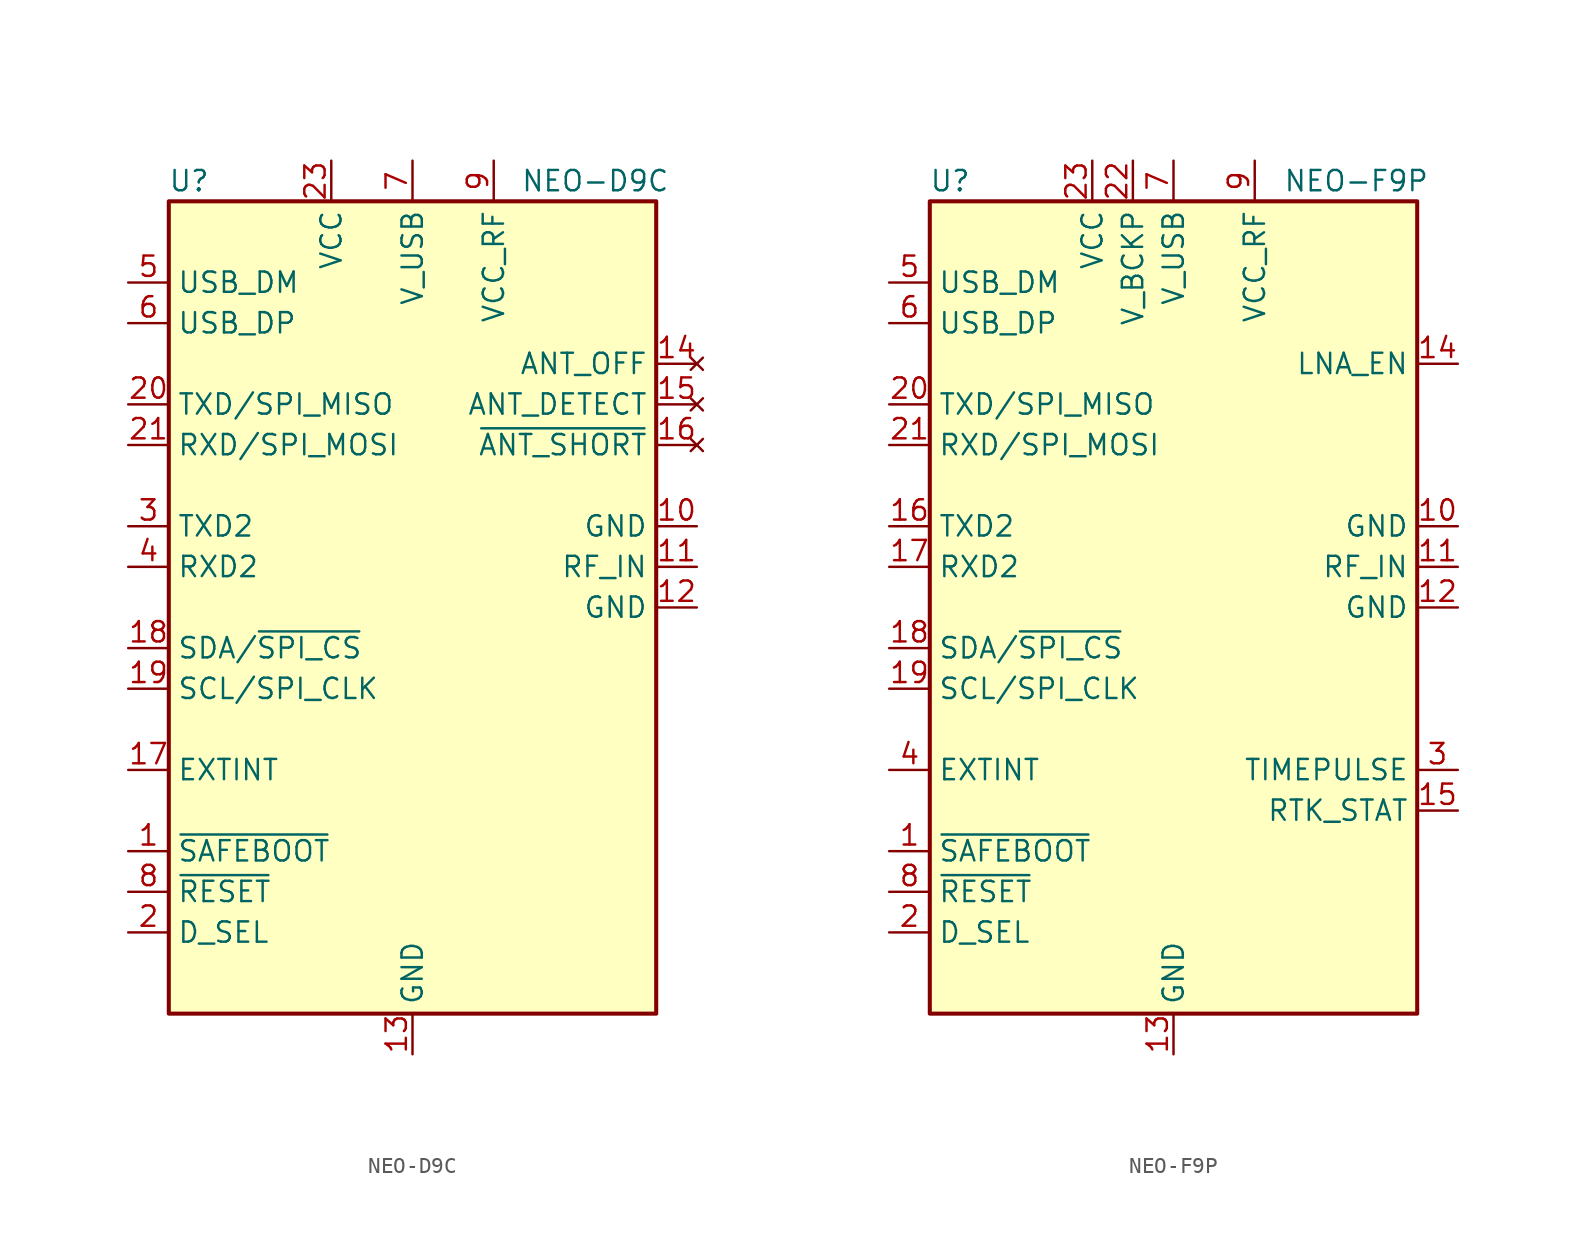
<source format=kicad_sym>
(kicad_symbol_lib
  (version 20231120)
  (generator "kicad_symbol_editor")
  (generator_version "8.0")
  (symbol "NEO-D9C"
    (property "Reference" "U"
      (at -13.97 26.67 0)
      (effects (font (size 1.27 1.27))))
    (property "Value" "NEO-D9C"
      (at 11.43 26.67 0)
      (effects (font (size 1.27 1.27))))
    (symbol "NEO-D9C_0_1"
      (rectangle (start -15.24 25.4) (end 15.24 -25.4) (stroke (width 0.254) (type default)) (fill (type background))))
    (symbol "NEO-D9C_1_1"
      (pin input line (at -17.78 -15.24 0) (length 2.54) (name "~{SAFEBOOT}" (effects (font (size 1.27 1.27)))) (number "1" (effects (font (size 1.27 1.27)))))
      (pin power_in line (at 17.78 5.08 180) (length 2.54) (name "GND" (effects (font (size 1.27 1.27)))) (number "10" (effects (font (size 1.27 1.27)))))
      (pin input line (at 17.78 2.54 180) (length 2.54) (name "RF_IN" (effects (font (size 1.27 1.27)))) (number "11" (effects (font (size 1.27 1.27)))))
      (pin power_in line (at 17.78 0 180) (length 2.54) (name "GND" (effects (font (size 1.27 1.27)))) (number "12" (effects (font (size 1.27 1.27)))))
      (pin power_in line (at 0 -27.94 90) (length 2.54) (name "GND" (effects (font (size 1.27 1.27)))) (number "13" (effects (font (size 1.27 1.27)))))
      (pin no_connect line (at 17.78 15.24 180) (length 2.54) (name "ANT_OFF" (effects (font (size 1.27 1.27)))) (number "14" (effects (font (size 1.27 1.27)))))
      (pin no_connect line (at 17.78 12.7 180) (length 2.54) (name "ANT_DETECT" (effects (font (size 1.27 1.27)))) (number "15" (effects (font (size 1.27 1.27)))))
      (pin no_connect line (at 17.78 10.16 180) (length 2.54) (name "~{ANT_SHORT}" (effects (font (size 1.27 1.27)))) (number "16" (effects (font (size 1.27 1.27)))))
      (pin input line (at -17.78 -10.16 0) (length 2.54) (name "EXTINT" (effects (font (size 1.27 1.27)))) (number "17" (effects (font (size 1.27 1.27)))))
      (pin bidirectional line (at -17.78 -2.54 0) (length 2.54) (name "SDA/~{SPI_CS}" (effects (font (size 1.27 1.27)))) (number "18" (effects (font (size 1.27 1.27)))))
      (pin bidirectional line (at -17.78 -5.08 0) (length 2.54) (name "SCL/SPI_CLK" (effects (font (size 1.27 1.27)))) (number "19" (effects (font (size 1.27 1.27)))))
      (pin input line (at -17.78 -20.32 0) (length 2.54) (name "D_SEL" (effects (font (size 1.27 1.27)))) (number "2" (effects (font (size 1.27 1.27)))))
      (pin output line (at -17.78 12.7 0) (length 2.54) (name "TXD/SPI_MISO" (effects (font (size 1.27 1.27)))) (number "20" (effects (font (size 1.27 1.27)))))
      (pin input line (at -17.78 10.16 0) (length 2.54) (name "RXD/SPI_MOSI" (effects (font (size 1.27 1.27)))) (number "21" (effects (font (size 1.27 1.27)))))
      (pin no_connect line (at -2.54 27.94 270) (length 2.54) hide (name "Reserved" (effects (font (size 1.27 1.27)))) (number "22" (effects (font (size 1.27 1.27)))))
      (pin power_in line (at -5.08 27.94 270) (length 2.54) (name "VCC" (effects (font (size 1.27 1.27)))) (number "23" (effects (font (size 1.27 1.27)))))
      (pin passive line (at 0 -27.94 90) (length 2.54) hide (name "GND" (effects (font (size 1.27 1.27)))) (number "24" (effects (font (size 1.27 1.27)))))
      (pin output line (at -17.78 5.08 0) (length 2.54) (name "TXD2" (effects (font (size 1.27 1.27)))) (number "3" (effects (font (size 1.27 1.27)))))
      (pin input line (at -17.78 2.54 0) (length 2.54) (name "RXD2" (effects (font (size 1.27 1.27)))) (number "4" (effects (font (size 1.27 1.27)))))
      (pin bidirectional line (at -17.78 20.32 0) (length 2.54) (name "USB_DM" (effects (font (size 1.27 1.27)))) (number "5" (effects (font (size 1.27 1.27)))))
      (pin bidirectional line (at -17.78 17.78 0) (length 2.54) (name "USB_DP" (effects (font (size 1.27 1.27)))) (number "6" (effects (font (size 1.27 1.27)))))
      (pin power_in line (at 0 27.94 270) (length 2.54) (name "V_USB" (effects (font (size 1.27 1.27)))) (number "7" (effects (font (size 1.27 1.27)))))
      (pin input line (at -17.78 -17.78 0) (length 2.54) (name "~{RESET}" (effects (font (size 1.27 1.27)))) (number "8" (effects (font (size 1.27 1.27)))))
      (pin power_out line (at 5.08 27.94 270) (length 2.54) (name "VCC_RF" (effects (font (size 1.27 1.27)))) (number "9" (effects (font (size 1.27 1.27)))))))
  (symbol "NEO-F9P"
    (property "Reference" "U"
      (at -13.97 26.67 0)
      (effects (font (size 1.27 1.27))))
    (property "Value" "NEO-F9P"
      (at 11.43 26.67 0)
      (effects (font (size 1.27 1.27))))
    (symbol "NEO-F9P_0_1"
      (rectangle (start -15.24 25.4) (end 15.24 -25.4) (stroke (width 0.254) (type default)) (fill (type background))))
    (symbol "NEO-F9P_1_1"
      (pin input line (at -17.78 -15.24 0) (length 2.54) (name "~{SAFEBOOT}" (effects (font (size 1.27 1.27)))) (number "1" (effects (font (size 1.27 1.27)))))
      (pin power_in line (at 17.78 5.08 180) (length 2.54) (name "GND" (effects (font (size 1.27 1.27)))) (number "10" (effects (font (size 1.27 1.27)))))
      (pin input line (at 17.78 2.54 180) (length 2.54) (name "RF_IN" (effects (font (size 1.27 1.27)))) (number "11" (effects (font (size 1.27 1.27)))))
      (pin power_in line (at 17.78 0 180) (length 2.54) (name "GND" (effects (font (size 1.27 1.27)))) (number "12" (effects (font (size 1.27 1.27)))))
      (pin power_in line (at 0 -27.94 90) (length 2.54) (name "GND" (effects (font (size 1.27 1.27)))) (number "13" (effects (font (size 1.27 1.27)))))
      (pin output line (at 17.78 15.24 180) (length 2.54) (name "LNA_EN" (effects (font (size 1.27 1.27)))) (number "14" (effects (font (size 1.27 1.27)))))
      (pin output line (at 17.78 -12.7 180) (length 2.54) (name "RTK_STAT" (effects (font (size 1.27 1.27)))) (number "15" (effects (font (size 1.27 1.27)))))
      (pin output line (at -17.78 5.08 0) (length 2.54) (name "TXD2" (effects (font (size 1.27 1.27)))) (number "16" (effects (font (size 1.27 1.27)))))
      (pin input line (at -17.78 2.54 0) (length 2.54) (name "RXD2" (effects (font (size 1.27 1.27)))) (number "17" (effects (font (size 1.27 1.27)))))
      (pin bidirectional line (at -17.78 -2.54 0) (length 2.54) (name "SDA/~{SPI_CS}" (effects (font (size 1.27 1.27)))) (number "18" (effects (font (size 1.27 1.27)))))
      (pin bidirectional line (at -17.78 -5.08 0) (length 2.54) (name "SCL/SPI_CLK" (effects (font (size 1.27 1.27)))) (number "19" (effects (font (size 1.27 1.27)))))
      (pin input line (at -17.78 -20.32 0) (length 2.54) (name "D_SEL" (effects (font (size 1.27 1.27)))) (number "2" (effects (font (size 1.27 1.27)))))
      (pin output line (at -17.78 12.7 0) (length 2.54) (name "TXD/SPI_MISO" (effects (font (size 1.27 1.27)))) (number "20" (effects (font (size 1.27 1.27)))))
      (pin input line (at -17.78 10.16 0) (length 2.54) (name "RXD/SPI_MOSI" (effects (font (size 1.27 1.27)))) (number "21" (effects (font (size 1.27 1.27)))))
      (pin power_in line (at -2.54 27.94 270) (length 2.54) (name "V_BCKP" (effects (font (size 1.27 1.27)))) (number "22" (effects (font (size 1.27 1.27)))))
      (pin power_in line (at -5.08 27.94 270) (length 2.54) (name "VCC" (effects (font (size 1.27 1.27)))) (number "23" (effects (font (size 1.27 1.27)))))
      (pin passive line (at 0 -27.94 90) (length 2.54) hide (name "GND" (effects (font (size 1.27 1.27)))) (number "24" (effects (font (size 1.27 1.27)))))
      (pin output line (at 17.78 -10.16 180) (length 2.54) (name "TIMEPULSE" (effects (font (size 1.27 1.27)))) (number "3" (effects (font (size 1.27 1.27)))))
      (pin input line (at -17.78 -10.16 0) (length 2.54) (name "EXTINT" (effects (font (size 1.27 1.27)))) (number "4" (effects (font (size 1.27 1.27)))))
      (pin bidirectional line (at -17.78 20.32 0) (length 2.54) (name "USB_DM" (effects (font (size 1.27 1.27)))) (number "5" (effects (font (size 1.27 1.27)))))
      (pin bidirectional line (at -17.78 17.78 0) (length 2.54) (name "USB_DP" (effects (font (size 1.27 1.27)))) (number "6" (effects (font (size 1.27 1.27)))))
      (pin power_in line (at 0 27.94 270) (length 2.54) (name "V_USB" (effects (font (size 1.27 1.27)))) (number "7" (effects (font (size 1.27 1.27)))))
      (pin input line (at -17.78 -17.78 0) (length 2.54) (name "~{RESET}" (effects (font (size 1.27 1.27)))) (number "8" (effects (font (size 1.27 1.27)))))
      (pin power_out line (at 5.08 27.94 270) (length 2.54) (name "VCC_RF" (effects (font (size 1.27 1.27)))) (number "9" (effects (font (size 1.27 1.27))))))))
</source>
